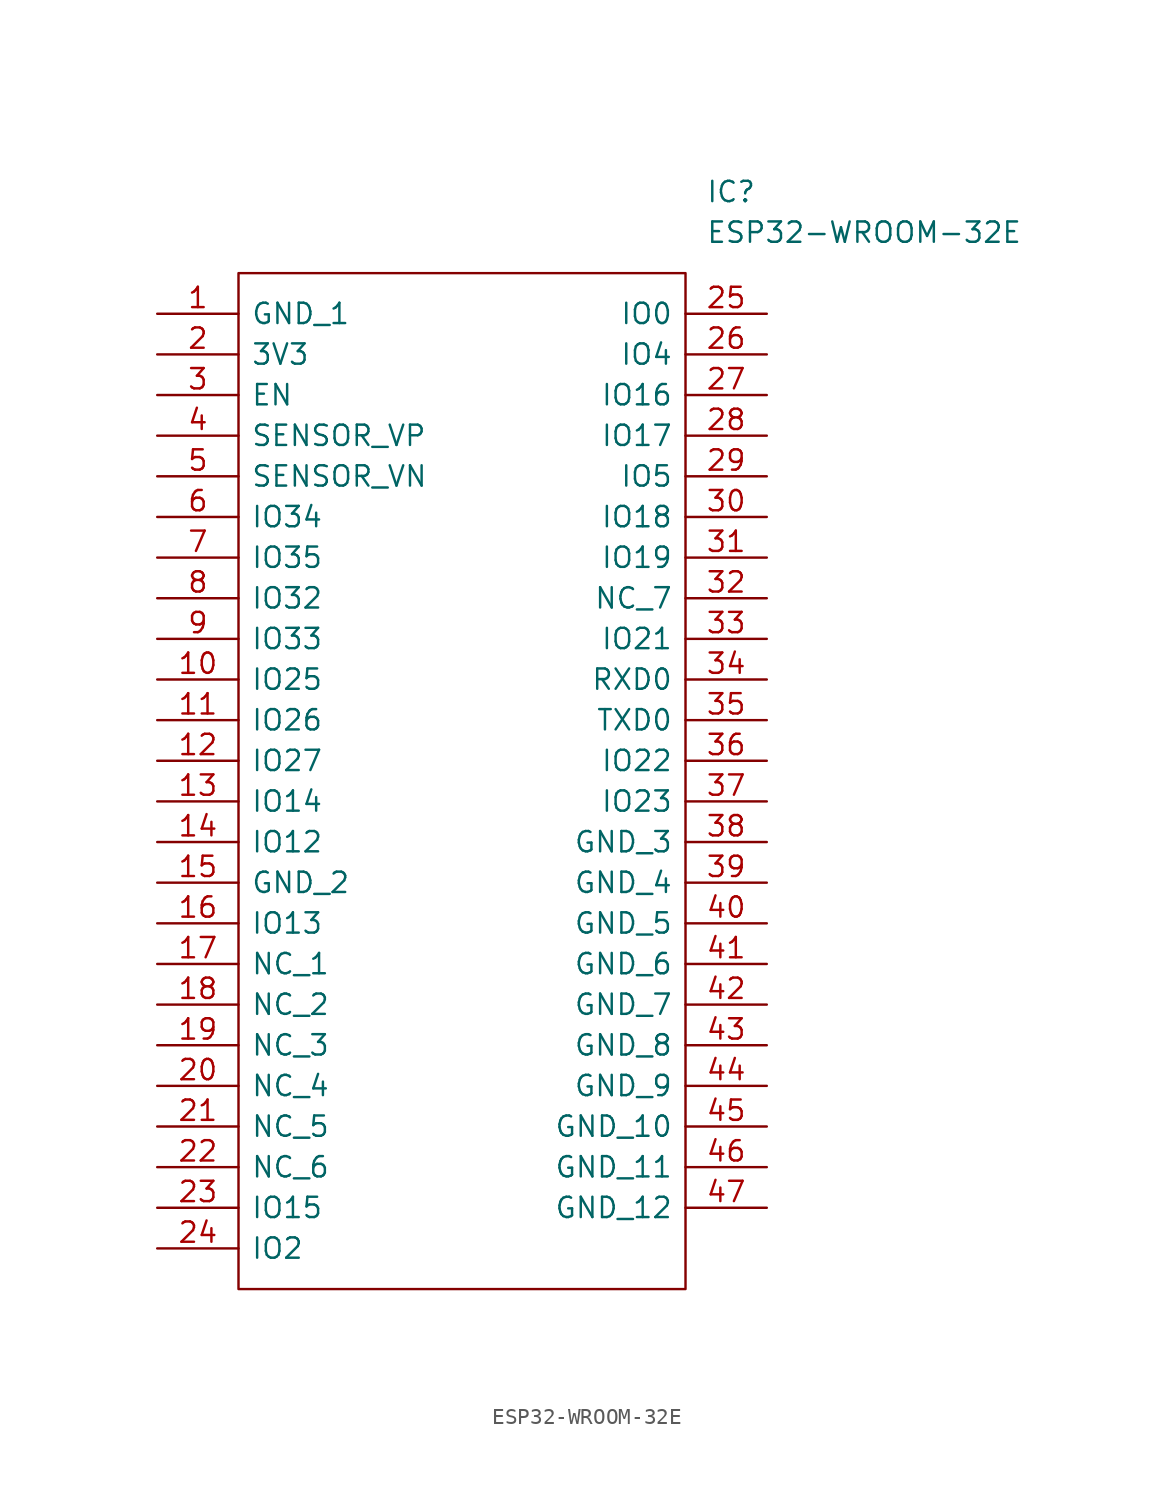
<source format=kicad_sym>
(kicad_symbol_lib
  (version 20211014)
  (generator kicad_symbol_editor)
  (symbol "ESP32-WROOM-32E"
    (pin_names
      (offset 0.762))
    (property "Reference" "IC"
      (at 34.29 7.62 0)
      (effects (font (size 1.27 1.27)) (justify left)))
    (property "Value" "ESP32-WROOM-32E"
      (at 34.29 5.08 0)
      (effects (font (size 1.27 1.27)) (justify left)))
    (symbol "ESP32-WROOM-32E_0_0"
      (pin passive line (at 0 0 0) (length 5.08) (name "GND_1" (effects (font (size 1.27 1.27)))) (number "1" (effects (font (size 1.27 1.27)))))
      (pin passive line (at 0 -22.86 0) (length 5.08) (name "IO25" (effects (font (size 1.27 1.27)))) (number "10" (effects (font (size 1.27 1.27)))))
      (pin passive line (at 0 -25.4 0) (length 5.08) (name "IO26" (effects (font (size 1.27 1.27)))) (number "11" (effects (font (size 1.27 1.27)))))
      (pin passive line (at 0 -27.94 0) (length 5.08) (name "IO27" (effects (font (size 1.27 1.27)))) (number "12" (effects (font (size 1.27 1.27)))))
      (pin passive line (at 0 -30.48 0) (length 5.08) (name "IO14" (effects (font (size 1.27 1.27)))) (number "13" (effects (font (size 1.27 1.27)))))
      (pin passive line (at 0 -33.02 0) (length 5.08) (name "IO12" (effects (font (size 1.27 1.27)))) (number "14" (effects (font (size 1.27 1.27)))))
      (pin passive line (at 0 -35.56 0) (length 5.08) (name "GND_2" (effects (font (size 1.27 1.27)))) (number "15" (effects (font (size 1.27 1.27)))))
      (pin passive line (at 0 -38.1 0) (length 5.08) (name "IO13" (effects (font (size 1.27 1.27)))) (number "16" (effects (font (size 1.27 1.27)))))
      (pin passive line (at 0 -40.64 0) (length 5.08) (name "NC_1" (effects (font (size 1.27 1.27)))) (number "17" (effects (font (size 1.27 1.27)))))
      (pin passive line (at 0 -43.18 0) (length 5.08) (name "NC_2" (effects (font (size 1.27 1.27)))) (number "18" (effects (font (size 1.27 1.27)))))
      (pin passive line (at 0 -45.72 0) (length 5.08) (name "NC_3" (effects (font (size 1.27 1.27)))) (number "19" (effects (font (size 1.27 1.27)))))
      (pin passive line (at 0 -2.54 0) (length 5.08) (name "3V3" (effects (font (size 1.27 1.27)))) (number "2" (effects (font (size 1.27 1.27)))))
      (pin passive line (at 0 -48.26 0) (length 5.08) (name "NC_4" (effects (font (size 1.27 1.27)))) (number "20" (effects (font (size 1.27 1.27)))))
      (pin passive line (at 0 -50.8 0) (length 5.08) (name "NC_5" (effects (font (size 1.27 1.27)))) (number "21" (effects (font (size 1.27 1.27)))))
      (pin passive line (at 0 -53.34 0) (length 5.08) (name "NC_6" (effects (font (size 1.27 1.27)))) (number "22" (effects (font (size 1.27 1.27)))))
      (pin passive line (at 0 -55.88 0) (length 5.08) (name "IO15" (effects (font (size 1.27 1.27)))) (number "23" (effects (font (size 1.27 1.27)))))
      (pin passive line (at 0 -58.42 0) (length 5.08) (name "IO2" (effects (font (size 1.27 1.27)))) (number "24" (effects (font (size 1.27 1.27)))))
      (pin passive line (at 38.1 0 180) (length 5.08) (name "IO0" (effects (font (size 1.27 1.27)))) (number "25" (effects (font (size 1.27 1.27)))))
      (pin passive line (at 38.1 -2.54 180) (length 5.08) (name "IO4" (effects (font (size 1.27 1.27)))) (number "26" (effects (font (size 1.27 1.27)))))
      (pin passive line (at 38.1 -5.08 180) (length 5.08) (name "IO16" (effects (font (size 1.27 1.27)))) (number "27" (effects (font (size 1.27 1.27)))))
      (pin passive line (at 38.1 -7.62 180) (length 5.08) (name "IO17" (effects (font (size 1.27 1.27)))) (number "28" (effects (font (size 1.27 1.27)))))
      (pin passive line (at 38.1 -10.16 180) (length 5.08) (name "IO5" (effects (font (size 1.27 1.27)))) (number "29" (effects (font (size 1.27 1.27)))))
      (pin passive line (at 0 -5.08 0) (length 5.08) (name "EN" (effects (font (size 1.27 1.27)))) (number "3" (effects (font (size 1.27 1.27)))))
      (pin passive line (at 38.1 -12.7 180) (length 5.08) (name "IO18" (effects (font (size 1.27 1.27)))) (number "30" (effects (font (size 1.27 1.27)))))
      (pin passive line (at 38.1 -15.24 180) (length 5.08) (name "IO19" (effects (font (size 1.27 1.27)))) (number "31" (effects (font (size 1.27 1.27)))))
      (pin passive line (at 38.1 -17.78 180) (length 5.08) (name "NC_7" (effects (font (size 1.27 1.27)))) (number "32" (effects (font (size 1.27 1.27)))))
      (pin passive line (at 38.1 -20.32 180) (length 5.08) (name "IO21" (effects (font (size 1.27 1.27)))) (number "33" (effects (font (size 1.27 1.27)))))
      (pin passive line (at 38.1 -22.86 180) (length 5.08) (name "RXD0" (effects (font (size 1.27 1.27)))) (number "34" (effects (font (size 1.27 1.27)))))
      (pin passive line (at 38.1 -25.4 180) (length 5.08) (name "TXD0" (effects (font (size 1.27 1.27)))) (number "35" (effects (font (size 1.27 1.27)))))
      (pin passive line (at 38.1 -27.94 180) (length 5.08) (name "IO22" (effects (font (size 1.27 1.27)))) (number "36" (effects (font (size 1.27 1.27)))))
      (pin passive line (at 38.1 -30.48 180) (length 5.08) (name "IO23" (effects (font (size 1.27 1.27)))) (number "37" (effects (font (size 1.27 1.27)))))
      (pin passive line (at 38.1 -33.02 180) (length 5.08) (name "GND_3" (effects (font (size 1.27 1.27)))) (number "38" (effects (font (size 1.27 1.27)))))
      (pin passive line (at 38.1 -35.56 180) (length 5.08) (name "GND_4" (effects (font (size 1.27 1.27)))) (number "39" (effects (font (size 1.27 1.27)))))
      (pin passive line (at 0 -7.62 0) (length 5.08) (name "SENSOR_VP" (effects (font (size 1.27 1.27)))) (number "4" (effects (font (size 1.27 1.27)))))
      (pin passive line (at 38.1 -38.1 180) (length 5.08) (name "GND_5" (effects (font (size 1.27 1.27)))) (number "40" (effects (font (size 1.27 1.27)))))
      (pin passive line (at 38.1 -40.64 180) (length 5.08) (name "GND_6" (effects (font (size 1.27 1.27)))) (number "41" (effects (font (size 1.27 1.27)))))
      (pin passive line (at 38.1 -43.18 180) (length 5.08) (name "GND_7" (effects (font (size 1.27 1.27)))) (number "42" (effects (font (size 1.27 1.27)))))
      (pin passive line (at 38.1 -45.72 180) (length 5.08) (name "GND_8" (effects (font (size 1.27 1.27)))) (number "43" (effects (font (size 1.27 1.27)))))
      (pin passive line (at 38.1 -48.26 180) (length 5.08) (name "GND_9" (effects (font (size 1.27 1.27)))) (number "44" (effects (font (size 1.27 1.27)))))
      (pin passive line (at 38.1 -50.8 180) (length 5.08) (name "GND_10" (effects (font (size 1.27 1.27)))) (number "45" (effects (font (size 1.27 1.27)))))
      (pin passive line (at 38.1 -53.34 180) (length 5.08) (name "GND_11" (effects (font (size 1.27 1.27)))) (number "46" (effects (font (size 1.27 1.27)))))
      (pin passive line (at 38.1 -55.88 180) (length 5.08) (name "GND_12" (effects (font (size 1.27 1.27)))) (number "47" (effects (font (size 1.27 1.27)))))
      (pin passive line (at 0 -10.16 0) (length 5.08) (name "SENSOR_VN" (effects (font (size 1.27 1.27)))) (number "5" (effects (font (size 1.27 1.27)))))
      (pin passive line (at 0 -12.7 0) (length 5.08) (name "IO34" (effects (font (size 1.27 1.27)))) (number "6" (effects (font (size 1.27 1.27)))))
      (pin passive line (at 0 -15.24 0) (length 5.08) (name "IO35" (effects (font (size 1.27 1.27)))) (number "7" (effects (font (size 1.27 1.27)))))
      (pin passive line (at 0 -17.78 0) (length 5.08) (name "IO32" (effects (font (size 1.27 1.27)))) (number "8" (effects (font (size 1.27 1.27)))))
      (pin passive line (at 0 -20.32 0) (length 5.08) (name "IO33" (effects (font (size 1.27 1.27)))) (number "9" (effects (font (size 1.27 1.27))))))
    (symbol "ESP32-WROOM-32E_0_1"
      (polyline (pts (xy 5.08 2.54) (xy 33.02 2.54) (xy 33.02 -60.96) (xy 5.08 -60.96) (xy 5.08 2.54)) (stroke (width 0.152) (type default) (color 0 0 0 0)) (fill (type none))))))
</source>
